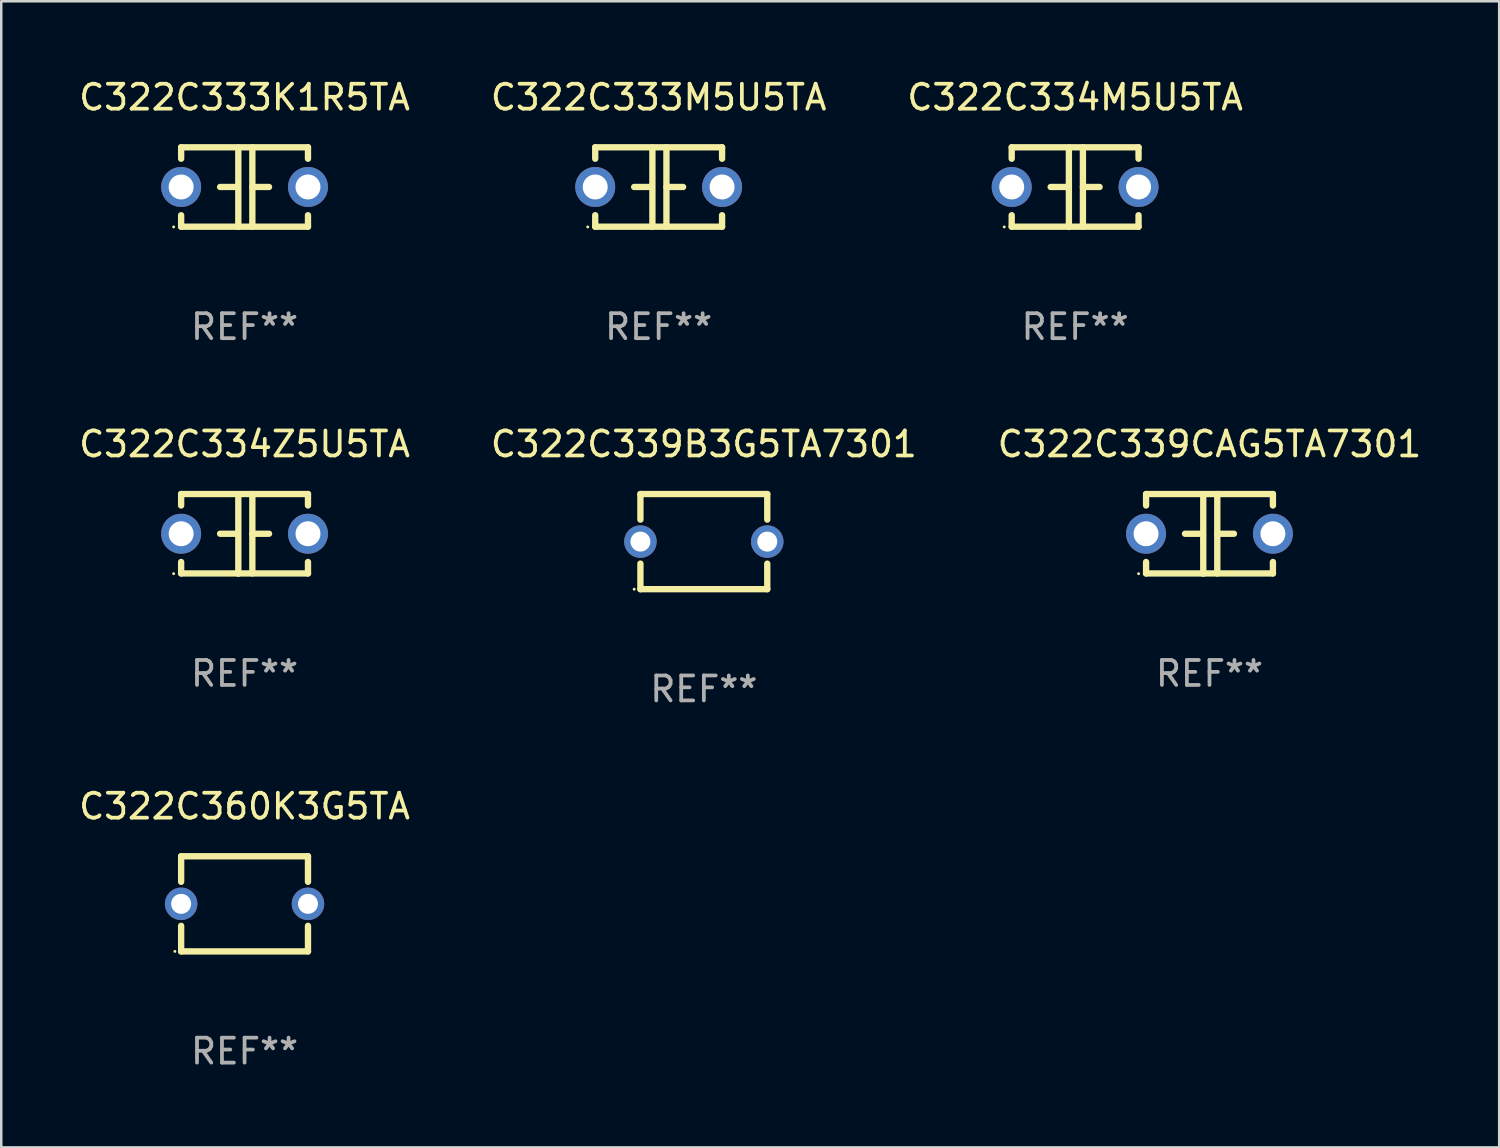
<source format=kicad_pcb>
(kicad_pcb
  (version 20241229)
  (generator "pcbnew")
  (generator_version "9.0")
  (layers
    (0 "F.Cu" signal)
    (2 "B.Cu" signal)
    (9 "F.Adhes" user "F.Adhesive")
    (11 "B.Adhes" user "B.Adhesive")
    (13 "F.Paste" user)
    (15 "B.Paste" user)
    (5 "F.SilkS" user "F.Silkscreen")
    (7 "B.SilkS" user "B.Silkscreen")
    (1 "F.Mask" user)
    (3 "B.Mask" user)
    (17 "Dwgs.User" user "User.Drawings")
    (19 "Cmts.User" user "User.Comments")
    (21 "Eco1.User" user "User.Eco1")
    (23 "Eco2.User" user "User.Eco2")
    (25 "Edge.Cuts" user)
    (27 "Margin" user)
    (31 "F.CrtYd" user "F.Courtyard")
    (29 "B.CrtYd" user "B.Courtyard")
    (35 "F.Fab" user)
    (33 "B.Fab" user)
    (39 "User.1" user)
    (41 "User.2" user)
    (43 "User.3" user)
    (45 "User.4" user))
  (footprint "C322C334M5U5TA"
    (layer "F.Cu")
    (at 40.006 4.443)
    (property "Reference" "C322C334M5U5TA" (at 0 -3.595 0) (layer "F.SilkS") (effects (font (size 1 1) (thickness 0.15))))
    (attr through_hole)
    (fp_line (start -2.54 -1.595) (end -2.54 -1.136) (stroke (width 0.254) (type solid)) (layer "F.SilkS"))
    (fp_line (start -2.54 -1.595) (end 2.54 -1.595) (stroke (width 0.254) (type solid)) (layer "F.SilkS"))
    (fp_line (start -2.54 1.126) (end -2.54 1.585) (stroke (width 0.254) (type solid)) (layer "F.SilkS"))
    (fp_line (start -0.312 -0.005) (end -0.98 -0.005) (stroke (width 0.254) (type solid)) (layer "F.SilkS"))
    (fp_line (start -0.25 -1.585) (end -0.25 1.595) (stroke (width 0.254) (type solid)) (layer "F.SilkS"))
    (fp_line (start 0.312 -1.595) (end 0.312 1.585) (stroke (width 0.254) (type solid)) (layer "F.SilkS"))
    (fp_line (start 0.312 -0.005) (end 0.98 -0.005) (stroke (width 0.254) (type solid)) (layer "F.SilkS"))
    (fp_line (start 2.54 -1.595) (end 2.54 -1.136) (stroke (width 0.254) (type solid)) (layer "F.SilkS"))
    (fp_line (start 2.54 1.126) (end 2.54 1.585) (stroke (width 0.254) (type solid)) (layer "F.SilkS"))
    (fp_line (start 2.54 1.585) (end -2.54 1.585) (stroke (width 0.254) (type solid)) (layer "F.SilkS"))
    (fp_circle (center -2.84 1.595) (end -2.81 1.595) (stroke (width 0.06) (type solid)) (fill no) (layer "F.SilkS"))
    (fp_text user "REF**" (at 0 5.595 0) (layer "F.Fab") (effects (font (size 1 1) (thickness 0.15))))
    (pad "1" thru_hole circle (at -2.54 -0.005) (size 1.6 1.6) (drill 1) (layers "*.Cu" "*.Mask"))
    (pad "2" thru_hole circle (at 2.54 -0.005) (size 1.6 1.6) (drill 1) (layers "*.Cu" "*.Mask")))
  (footprint "C322C339CAG5TA7301"
    (layer "F.Cu")
    (at 45.387 18.33)
    (property "Reference" "C322C339CAG5TA7301" (at 0 -3.595 0) (layer "F.SilkS") (effects (font (size 1 1) (thickness 0.15))))
    (attr through_hole)
    (fp_line (start -2.54 -1.595) (end -2.54 -1.136) (stroke (width 0.254) (type solid)) (layer "F.SilkS"))
    (fp_line (start -2.54 -1.595) (end 2.54 -1.595) (stroke (width 0.254) (type solid)) (layer "F.SilkS"))
    (fp_line (start -2.54 1.126) (end -2.54 1.585) (stroke (width 0.254) (type solid)) (layer "F.SilkS"))
    (fp_line (start -0.312 -0.005) (end -0.98 -0.005) (stroke (width 0.254) (type solid)) (layer "F.SilkS"))
    (fp_line (start -0.25 -1.585) (end -0.25 1.595) (stroke (width 0.254) (type solid)) (layer "F.SilkS"))
    (fp_line (start 0.312 -1.595) (end 0.312 1.585) (stroke (width 0.254) (type solid)) (layer "F.SilkS"))
    (fp_line (start 0.312 -0.005) (end 0.98 -0.005) (stroke (width 0.254) (type solid)) (layer "F.SilkS"))
    (fp_line (start 2.54 -1.595) (end 2.54 -1.136) (stroke (width 0.254) (type solid)) (layer "F.SilkS"))
    (fp_line (start 2.54 1.126) (end 2.54 1.585) (stroke (width 0.254) (type solid)) (layer "F.SilkS"))
    (fp_line (start 2.54 1.585) (end -2.54 1.585) (stroke (width 0.254) (type solid)) (layer "F.SilkS"))
    (fp_circle (center -2.84 1.595) (end -2.81 1.595) (stroke (width 0.06) (type solid)) (fill no) (layer "F.SilkS"))
    (fp_text user "REF**" (at 0 5.595 0) (layer "F.Fab") (effects (font (size 1 1) (thickness 0.15))))
    (pad "1" thru_hole circle (at -2.54 -0.005) (size 1.6 1.6) (drill 1) (layers "*.Cu" "*.Mask"))
    (pad "2" thru_hole circle (at 2.54 -0.005) (size 1.6 1.6) (drill 1) (layers "*.Cu" "*.Mask")))
  (footprint "C322C334Z5U5TA"
    (layer "F.Cu")
    (at 6.744 18.33)
    (property "Reference" "C322C334Z5U5TA" (at 0 -3.595 0) (layer "F.SilkS") (effects (font (size 1 1) (thickness 0.15))))
    (attr through_hole)
    (fp_line (start -2.54 -1.595) (end -2.54 -1.136) (stroke (width 0.254) (type solid)) (layer "F.SilkS"))
    (fp_line (start -2.54 -1.595) (end 2.54 -1.595) (stroke (width 0.254) (type solid)) (layer "F.SilkS"))
    (fp_line (start -2.54 1.126) (end -2.54 1.585) (stroke (width 0.254) (type solid)) (layer "F.SilkS"))
    (fp_line (start -0.312 -0.005) (end -0.98 -0.005) (stroke (width 0.254) (type solid)) (layer "F.SilkS"))
    (fp_line (start -0.25 -1.585) (end -0.25 1.595) (stroke (width 0.254) (type solid)) (layer "F.SilkS"))
    (fp_line (start 0.312 -1.595) (end 0.312 1.585) (stroke (width 0.254) (type solid)) (layer "F.SilkS"))
    (fp_line (start 0.312 -0.005) (end 0.98 -0.005) (stroke (width 0.254) (type solid)) (layer "F.SilkS"))
    (fp_line (start 2.54 -1.595) (end 2.54 -1.136) (stroke (width 0.254) (type solid)) (layer "F.SilkS"))
    (fp_line (start 2.54 1.126) (end 2.54 1.585) (stroke (width 0.254) (type solid)) (layer "F.SilkS"))
    (fp_line (start 2.54 1.585) (end -2.54 1.585) (stroke (width 0.254) (type solid)) (layer "F.SilkS"))
    (fp_circle (center -2.84 1.595) (end -2.81 1.595) (stroke (width 0.06) (type solid)) (fill no) (layer "F.SilkS"))
    (fp_text user "REF**" (at 0 5.595 0) (layer "F.Fab") (effects (font (size 1 1) (thickness 0.15))))
    (pad "1" thru_hole circle (at -2.54 -0.005) (size 1.6 1.6) (drill 1) (layers "*.Cu" "*.Mask"))
    (pad "2" thru_hole circle (at 2.54 -0.005) (size 1.6 1.6) (drill 1) (layers "*.Cu" "*.Mask")))
  (footprint "C322C339B3G5TA7301"
    (layer "F.Cu")
    (at 25.137 18.64)
    (property "Reference" "C322C339B3G5TA7301" (at 0 -3.905 0) (layer "F.SilkS") (effects (font (size 1 1) (thickness 0.15))))
    (attr through_hole)
    (fp_line (start -2.54 -1.905) (end -2.54 -0.881) (stroke (width 0.254) (type solid)) (layer "F.SilkS"))
    (fp_line (start -2.54 0.881) (end -2.54 1.905) (stroke (width 0.254) (type solid)) (layer "F.SilkS"))
    (fp_line (start -2.54 1.905) (end 2.54 1.905) (stroke (width 0.254) (type solid)) (layer "F.SilkS"))
    (fp_line (start 2.54 -1.905) (end -2.54 -1.905) (stroke (width 0.254) (type solid)) (layer "F.SilkS"))
    (fp_line (start 2.54 -0.881) (end 2.54 -1.905) (stroke (width 0.254) (type solid)) (layer "F.SilkS"))
    (fp_line (start 2.54 1.905) (end 2.54 0.881) (stroke (width 0.254) (type solid)) (layer "F.SilkS"))
    (fp_circle (center -2.79 1.905) (end -2.76 1.905) (stroke (width 0.06) (type solid)) (fill no) (layer "F.SilkS"))
    (fp_text user "REF**" (at 0 5.905 0) (layer "F.Fab") (effects (font (size 1 1) (thickness 0.15))))
    (pad "1" thru_hole circle (at -2.54 0) (size 1.3 1.3) (drill 0.8) (layers "*.Cu" "*.Mask"))
    (pad "2" thru_hole circle (at 2.54 0) (size 1.3 1.3) (drill 0.8) (layers "*.Cu" "*.Mask")))
  (footprint "C322C333M5U5TA"
    (layer "F.Cu")
    (at 23.327 4.443)
    (property "Reference" "C322C333M5U5TA" (at 0 -3.595 0) (layer "F.SilkS") (effects (font (size 1 1) (thickness 0.15))))
    (attr through_hole)
    (fp_line (start -2.54 -1.595) (end -2.54 -1.136) (stroke (width 0.254) (type solid)) (layer "F.SilkS"))
    (fp_line (start -2.54 -1.595) (end 2.54 -1.595) (stroke (width 0.254) (type solid)) (layer "F.SilkS"))
    (fp_line (start -2.54 1.126) (end -2.54 1.585) (stroke (width 0.254) (type solid)) (layer "F.SilkS"))
    (fp_line (start -0.312 -0.005) (end -0.98 -0.005) (stroke (width 0.254) (type solid)) (layer "F.SilkS"))
    (fp_line (start -0.25 -1.585) (end -0.25 1.595) (stroke (width 0.254) (type solid)) (layer "F.SilkS"))
    (fp_line (start 0.312 -1.595) (end 0.312 1.585) (stroke (width 0.254) (type solid)) (layer "F.SilkS"))
    (fp_line (start 0.312 -0.005) (end 0.98 -0.005) (stroke (width 0.254) (type solid)) (layer "F.SilkS"))
    (fp_line (start 2.54 -1.595) (end 2.54 -1.136) (stroke (width 0.254) (type solid)) (layer "F.SilkS"))
    (fp_line (start 2.54 1.126) (end 2.54 1.585) (stroke (width 0.254) (type solid)) (layer "F.SilkS"))
    (fp_line (start 2.54 1.585) (end -2.54 1.585) (stroke (width 0.254) (type solid)) (layer "F.SilkS"))
    (fp_circle (center -2.84 1.595) (end -2.81 1.595) (stroke (width 0.06) (type solid)) (fill no) (layer "F.SilkS"))
    (fp_text user "REF**" (at 0 5.595 0) (layer "F.Fab") (effects (font (size 1 1) (thickness 0.15))))
    (pad "1" thru_hole circle (at -2.54 -0.005) (size 1.6 1.6) (drill 1) (layers "*.Cu" "*.Mask"))
    (pad "2" thru_hole circle (at 2.54 -0.005) (size 1.6 1.6) (drill 1) (layers "*.Cu" "*.Mask")))
  (footprint "C322C333K1R5TA"
    (layer "F.Cu")
    (at 6.744 4.443)
    (property "Reference" "C322C333K1R5TA" (at 0 -3.595 0) (layer "F.SilkS") (effects (font (size 1 1) (thickness 0.15))))
    (attr through_hole)
    (fp_line (start -2.54 -1.595) (end -2.54 -1.136) (stroke (width 0.254) (type solid)) (layer "F.SilkS"))
    (fp_line (start -2.54 -1.595) (end 2.54 -1.595) (stroke (width 0.254) (type solid)) (layer "F.SilkS"))
    (fp_line (start -2.54 1.126) (end -2.54 1.585) (stroke (width 0.254) (type solid)) (layer "F.SilkS"))
    (fp_line (start -0.312 -0.005) (end -0.98 -0.005) (stroke (width 0.254) (type solid)) (layer "F.SilkS"))
    (fp_line (start -0.25 -1.585) (end -0.25 1.595) (stroke (width 0.254) (type solid)) (layer "F.SilkS"))
    (fp_line (start 0.312 -1.595) (end 0.312 1.585) (stroke (width 0.254) (type solid)) (layer "F.SilkS"))
    (fp_line (start 0.312 -0.005) (end 0.98 -0.005) (stroke (width 0.254) (type solid)) (layer "F.SilkS"))
    (fp_line (start 2.54 -1.595) (end 2.54 -1.136) (stroke (width 0.254) (type solid)) (layer "F.SilkS"))
    (fp_line (start 2.54 1.126) (end 2.54 1.585) (stroke (width 0.254) (type solid)) (layer "F.SilkS"))
    (fp_line (start 2.54 1.585) (end -2.54 1.585) (stroke (width 0.254) (type solid)) (layer "F.SilkS"))
    (fp_circle (center -2.84 1.595) (end -2.81 1.595) (stroke (width 0.06) (type solid)) (fill no) (layer "F.SilkS"))
    (fp_text user "REF**" (at 0 5.595 0) (layer "F.Fab") (effects (font (size 1 1) (thickness 0.15))))
    (pad "1" thru_hole circle (at -2.54 -0.005) (size 1.6 1.6) (drill 1) (layers "*.Cu" "*.Mask"))
    (pad "2" thru_hole circle (at 2.54 -0.005) (size 1.6 1.6) (drill 1) (layers "*.Cu" "*.Mask")))
  (footprint "C322C360K3G5TA"
    (layer "F.Cu")
    (at 6.744 33.146)
    (property "Reference" "C322C360K3G5TA" (at 0 -3.905 0) (layer "F.SilkS") (effects (font (size 1 1) (thickness 0.15))))
    (attr through_hole)
    (fp_line (start -2.54 -1.905) (end -2.54 -0.881) (stroke (width 0.254) (type solid)) (layer "F.SilkS"))
    (fp_line (start -2.54 0.881) (end -2.54 1.905) (stroke (width 0.254) (type solid)) (layer "F.SilkS"))
    (fp_line (start -2.54 1.905) (end 2.54 1.905) (stroke (width 0.254) (type solid)) (layer "F.SilkS"))
    (fp_line (start 2.54 -1.905) (end -2.54 -1.905) (stroke (width 0.254) (type solid)) (layer "F.SilkS"))
    (fp_line (start 2.54 -0.881) (end 2.54 -1.905) (stroke (width 0.254) (type solid)) (layer "F.SilkS"))
    (fp_line (start 2.54 1.905) (end 2.54 0.881) (stroke (width 0.254) (type solid)) (layer "F.SilkS"))
    (fp_circle (center -2.79 1.905) (end -2.76 1.905) (stroke (width 0.06) (type solid)) (fill no) (layer "F.SilkS"))
    (fp_text user "REF**" (at 0 5.905 0) (layer "F.Fab") (effects (font (size 1 1) (thickness 0.15))))
    (pad "1" thru_hole circle (at -2.54 0) (size 1.3 1.3) (drill 0.8) (layers "*.Cu" "*.Mask"))
    (pad "2" thru_hole circle (at 2.54 0) (size 1.3 1.3) (drill 0.8) (layers "*.Cu" "*.Mask")))
  (gr_rect
    (start -3 -3)
    (end 56.988 42.899)
    (stroke (width 0.1) (type default))
    (fill no)
    (layer "Edge.Cuts")))
</source>
